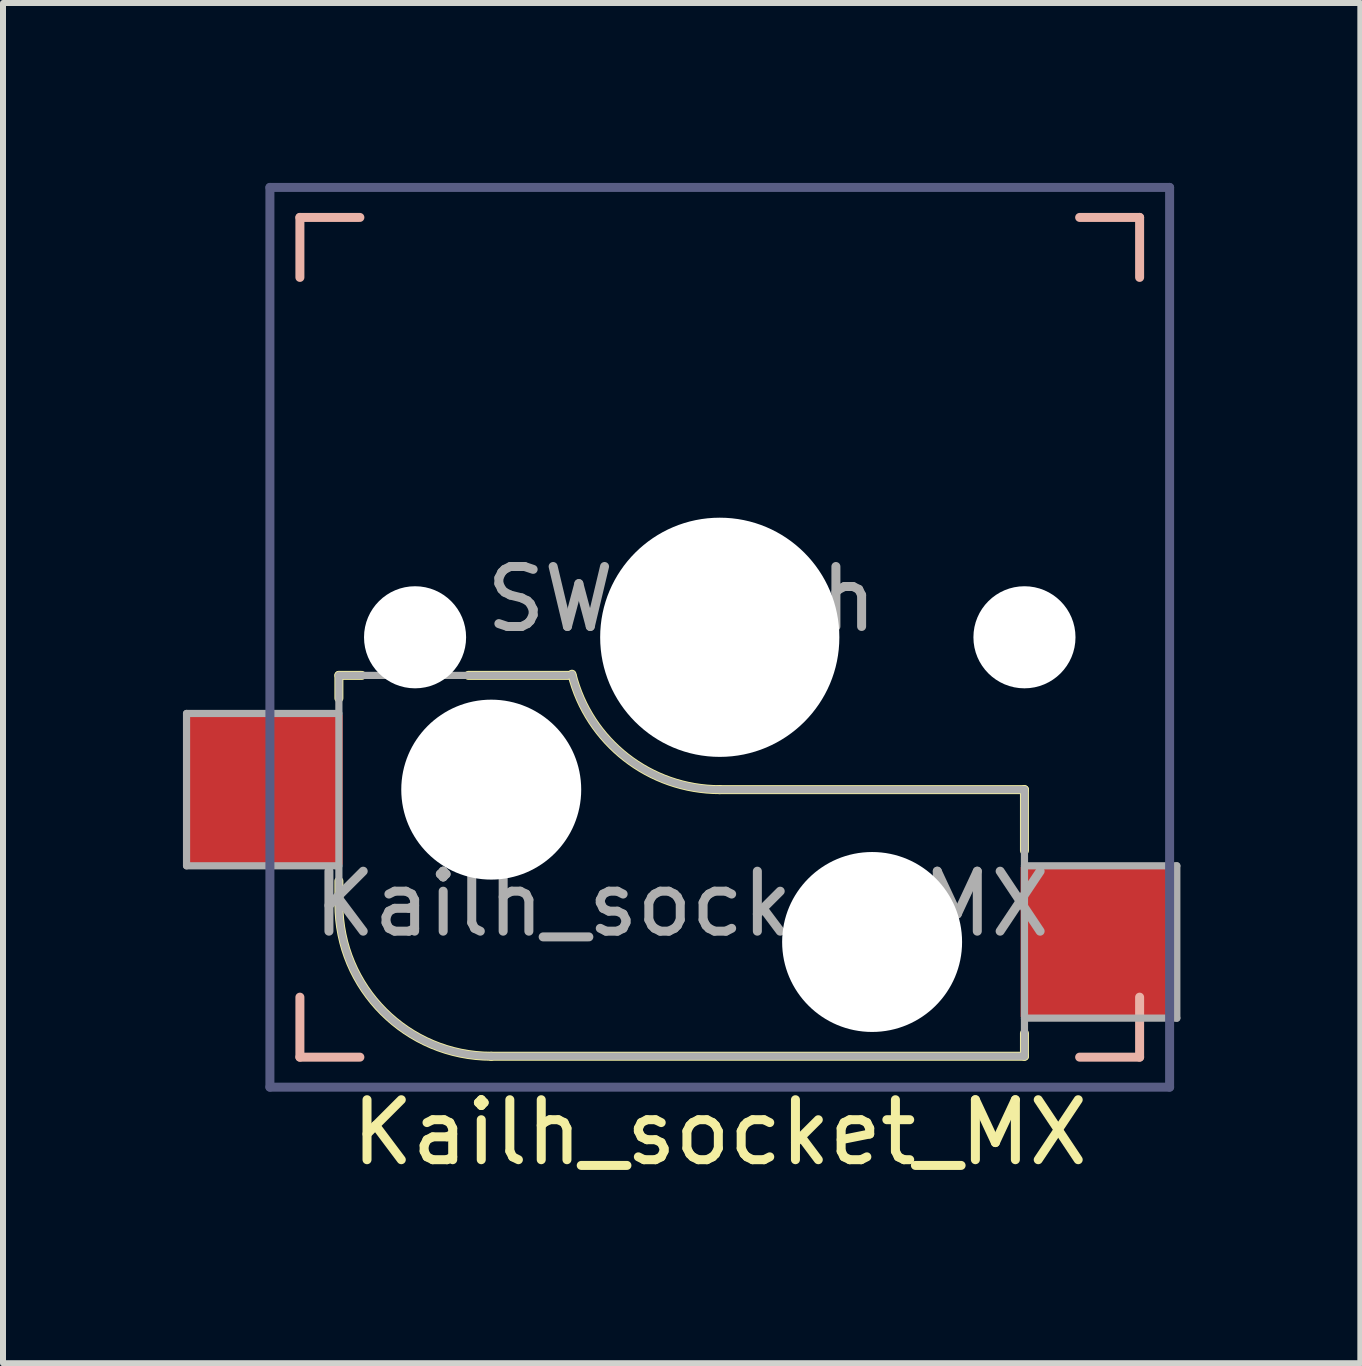
<source format=kicad_pcb>
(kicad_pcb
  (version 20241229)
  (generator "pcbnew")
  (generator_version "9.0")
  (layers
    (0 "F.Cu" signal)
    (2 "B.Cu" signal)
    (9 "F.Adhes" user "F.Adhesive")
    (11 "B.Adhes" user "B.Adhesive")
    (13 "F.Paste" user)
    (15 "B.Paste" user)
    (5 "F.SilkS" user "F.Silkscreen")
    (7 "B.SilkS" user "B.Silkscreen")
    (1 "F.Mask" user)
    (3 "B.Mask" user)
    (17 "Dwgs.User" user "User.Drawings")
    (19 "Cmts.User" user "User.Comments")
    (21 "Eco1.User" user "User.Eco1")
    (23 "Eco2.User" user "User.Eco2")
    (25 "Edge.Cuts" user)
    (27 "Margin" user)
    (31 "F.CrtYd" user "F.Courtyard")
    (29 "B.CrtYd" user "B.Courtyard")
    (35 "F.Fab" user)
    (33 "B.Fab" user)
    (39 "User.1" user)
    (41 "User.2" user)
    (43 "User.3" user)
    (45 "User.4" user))
  (footprint "Kailh_socket_MX"
    (layer "F.Cu")
    (at 8.95 7.575)
    (property "Reference" "Kailh_socket_MX" (at 0 8.255 180) (layer "F.SilkS") (effects (font (size 1 1) (thickness 0.15))))
    (property "Value" "SW_Push" (at 0 -8.255 180) (layer "B.Fab") (hide yes) (effects (font (size 1 1) (thickness 0.15)) (justify mirror)))
    (attr smd)
    (fp_line (start -6.35 1.016) (end -6.35 0.635) (stroke (width 0.15) (type solid)) (layer "F.SilkS"))
    (fp_line (start -6.35 4.445) (end -6.35 4.064) (stroke (width 0.15) (type solid)) (layer "F.SilkS"))
    (fp_line (start -5.969 0.635) (end -6.35 0.635) (stroke (width 0.15) (type solid)) (layer "F.SilkS"))
    (fp_line (start -3.81 6.985) (end 5.08 6.985) (stroke (width 0.15) (type solid)) (layer "F.SilkS"))
    (fp_line (start -2.464 0.635) (end -4.191 0.635) (stroke (width 0.15) (type solid)) (layer "F.SilkS"))
    (fp_line (start 5.08 2.54) (end 0 2.54) (stroke (width 0.15) (type solid)) (layer "F.SilkS"))
    (fp_line (start 5.08 3.556) (end 5.08 2.54) (stroke (width 0.15) (type solid)) (layer "F.SilkS"))
    (fp_line (start 5.08 6.985) (end 5.08 6.604) (stroke (width 0.15) (type solid)) (layer "F.SilkS"))
    (fp_arc (start -3.81 6.985) (mid -5.606051 6.241051) (end -6.35 4.445) (stroke (width 0.15) (type solid)) (layer "F.SilkS"))
    (fp_arc (start 0 2.54) (mid -1.563147 2.002042) (end -2.464162 0.61604) (stroke (width 0.15) (type solid)) (layer "F.SilkS"))
    (fp_line (start -7 -7) (end -7 -6) (stroke (width 0.15) (type solid)) (layer "B.SilkS"))
    (fp_line (start -7 -7) (end -6 -7) (stroke (width 0.15) (type solid)) (layer "B.SilkS"))
    (fp_line (start -7 6) (end -7 7) (stroke (width 0.15) (type solid)) (layer "B.SilkS"))
    (fp_line (start -6 7) (end -7 7) (stroke (width 0.15) (type solid)) (layer "B.SilkS"))
    (fp_line (start 6 -7) (end 7 -7) (stroke (width 0.15) (type solid)) (layer "B.SilkS"))
    (fp_line (start 7 -6) (end 7 -7) (stroke (width 0.15) (type solid)) (layer "B.SilkS"))
    (fp_line (start 7 7) (end 6 7) (stroke (width 0.15) (type solid)) (layer "B.SilkS"))
    (fp_line (start 7 7) (end 7 6) (stroke (width 0.15) (type solid)) (layer "B.SilkS"))
    (fp_line (start -6.9 -6.9) (end -6.9 6.9) (stroke (width 0.15) (type solid)) (layer "Eco2.User"))
    (fp_line (start -6.9 -6.9) (end 6.9 -6.9) (stroke (width 0.15) (type solid)) (layer "Eco2.User"))
    (fp_line (start 6.9 6.9) (end -6.9 6.9) (stroke (width 0.15) (type solid)) (layer "Eco2.User"))
    (fp_line (start 6.9 6.9) (end 6.9 -6.9) (stroke (width 0.15) (type solid)) (layer "Eco2.User"))
    (fp_line (start -7.5 -7.5) (end -7.5 7.5) (stroke (width 0.15) (type solid)) (layer "B.Fab"))
    (fp_line (start -7.5 7.5) (end 7.5 7.5) (stroke (width 0.15) (type solid)) (layer "B.Fab"))
    (fp_line (start 7.5 -7.5) (end -7.5 -7.5) (stroke (width 0.15) (type solid)) (layer "B.Fab"))
    (fp_line (start 7.5 7.5) (end 7.5 -7.5) (stroke (width 0.15) (type solid)) (layer "B.Fab"))
    (fp_line (start -8.89 1.27) (end -8.89 3.81) (stroke (width 0.12) (type solid)) (layer "F.Fab"))
    (fp_line (start -8.89 3.81) (end -6.35 3.81) (stroke (width 0.12) (type solid)) (layer "F.Fab"))
    (fp_line (start -6.35 0.635) (end -6.35 4.445) (stroke (width 0.12) (type solid)) (layer "F.Fab"))
    (fp_line (start -6.35 0.635) (end -2.54 0.635) (stroke (width 0.12) (type solid)) (layer "F.Fab"))
    (fp_line (start -6.35 1.27) (end -8.89 1.27) (stroke (width 0.12) (type solid)) (layer "F.Fab"))
    (fp_line (start -3.81 6.985) (end 5.08 6.985) (stroke (width 0.12) (type solid)) (layer "F.Fab"))
    (fp_line (start 5.08 2.54) (end 0 2.54) (stroke (width 0.12) (type solid)) (layer "F.Fab"))
    (fp_line (start 5.08 6.35) (end 7.62 6.35) (stroke (width 0.12) (type solid)) (layer "F.Fab"))
    (fp_line (start 5.08 6.985) (end 5.08 2.54) (stroke (width 0.12) (type solid)) (layer "F.Fab"))
    (fp_line (start 7.62 3.81) (end 5.08 3.81) (stroke (width 0.12) (type solid)) (layer "F.Fab"))
    (fp_line (start 7.62 6.35) (end 7.62 3.81) (stroke (width 0.12) (type solid)) (layer "F.Fab"))
    (fp_arc (start -3.81 6.985) (mid -5.606051 6.241051) (end -6.35 4.445) (stroke (width 0.12) (type solid)) (layer "F.Fab"))
    (fp_arc (start 0 2.54) (mid -1.563147 2.002042) (end -2.464162 0.61604) (stroke (width 0.12) (type solid)) (layer "F.Fab"))
    (fp_text user "${REFERENCE}" (at -0.635 4.445 180) (layer "F.Fab") (effects (font (size 1 1) (thickness 0.15))))
    (fp_text user "${VALUE}" (at -0.635 -0.635 180) (layer "F.Fab") (effects (font (size 1 1) (thickness 0.15))))
    (pad "" np_thru_hole circle (at -5.08 0) (size 1.702 1.702) (drill 1.702) (layers "*.Cu" "*.Mask"))
    (pad "" np_thru_hole circle (at -3.81 2.54) (size 3 3) (drill 3) (layers "*.Cu" "*.Mask"))
    (pad "" np_thru_hole circle (at 0 0) (size 3.988 3.988) (drill 3.988) (layers "*.Cu" "*.Mask"))
    (pad "" np_thru_hole circle (at 2.54 5.08) (size 3 3) (drill 3) (layers "*.Cu" "*.Mask"))
    (pad "" np_thru_hole circle (at 5.08 0) (size 1.702 1.702) (drill 1.702) (layers "*.Cu" "*.Mask"))
    (pad "1" smd rect (at 6.29 5.08) (size 2.55 2.5) (layers "F.Cu" "F.Mask" "F.Paste"))
    (pad "2" smd rect (at -7.56 2.54) (size 2.55 2.5) (layers "F.Cu" "F.Mask" "F.Paste")))
  (gr_rect
    (start -3 -3)
    (end 19.63 19.678)
    (stroke (width 0.1) (type default))
    (fill no)
    (layer "Edge.Cuts")))
</source>
